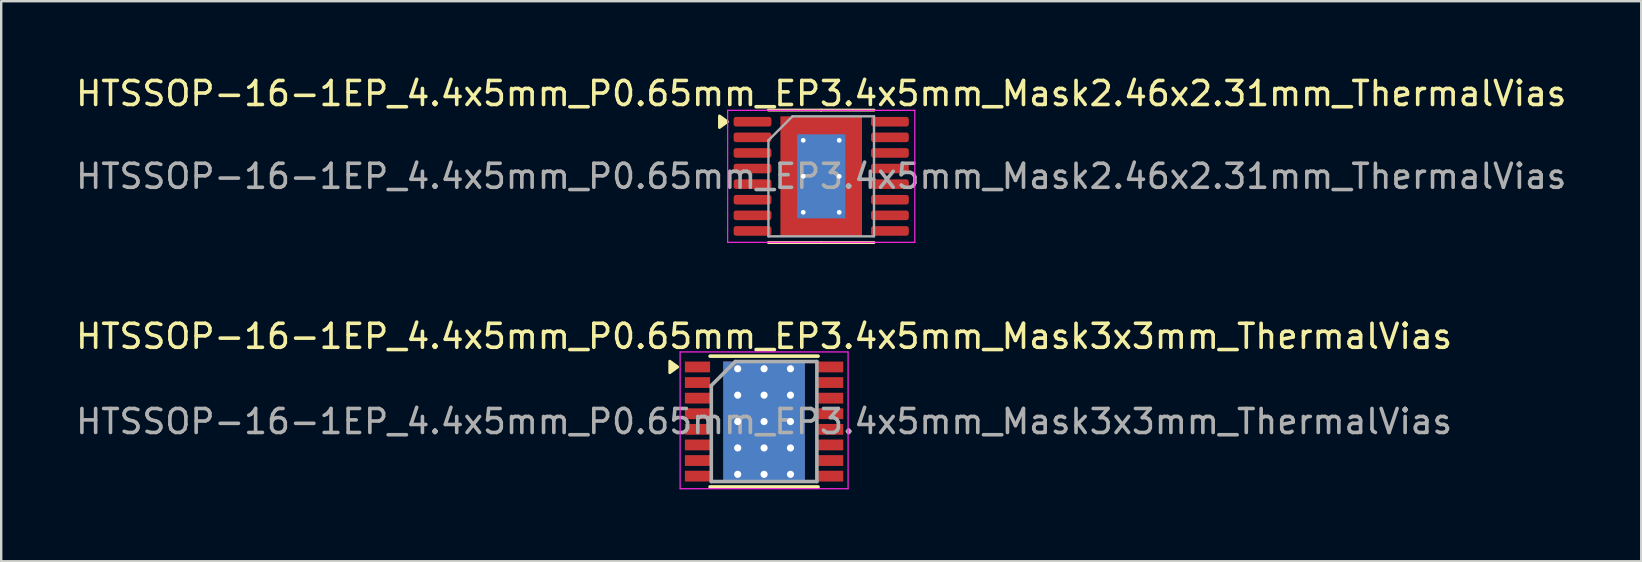
<source format=kicad_pcb>
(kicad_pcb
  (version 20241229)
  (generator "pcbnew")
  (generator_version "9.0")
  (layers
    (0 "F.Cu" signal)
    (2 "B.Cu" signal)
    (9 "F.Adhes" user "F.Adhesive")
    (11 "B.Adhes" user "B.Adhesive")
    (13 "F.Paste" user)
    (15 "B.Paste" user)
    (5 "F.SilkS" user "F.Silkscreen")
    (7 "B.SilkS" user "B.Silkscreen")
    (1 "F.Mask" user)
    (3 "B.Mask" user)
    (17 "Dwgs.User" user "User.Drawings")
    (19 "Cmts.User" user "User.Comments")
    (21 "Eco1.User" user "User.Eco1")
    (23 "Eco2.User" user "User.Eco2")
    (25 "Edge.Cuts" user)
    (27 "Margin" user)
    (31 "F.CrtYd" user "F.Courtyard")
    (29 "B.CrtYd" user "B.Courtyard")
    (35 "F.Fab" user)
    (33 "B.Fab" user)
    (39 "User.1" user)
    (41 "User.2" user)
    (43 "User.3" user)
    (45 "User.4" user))
  (footprint "HTSSOP-16-1EP_4.4x5mm_P0.65mm_EP3.4x5mm_Mask2.46x2.31mm_ThermalVias"
    (layer "F.Cu")
    (at 31.173 4.298)
    (property "Reference" "HTSSOP-16-1EP_4.4x5mm_P0.65mm_EP3.4x5mm_Mask2.46x2.31mm_ThermalVias" (at 0 -3.45 0) (layer "F.SilkS") (effects (font (size 1 1) (thickness 0.15))))
    (attr smd)
    (fp_line (start 0 -2.76) (end -2.2 -2.76) (stroke (width 0.12) (type solid)) (layer "F.SilkS"))
    (fp_line (start 0 -2.76) (end 2.2 -2.76) (stroke (width 0.12) (type solid)) (layer "F.SilkS"))
    (fp_line (start 0 2.76) (end -2.2 2.76) (stroke (width 0.12) (type solid)) (layer "F.SilkS"))
    (fp_line (start 0 2.76) (end 2.2 2.76) (stroke (width 0.12) (type solid)) (layer "F.SilkS"))
    (fp_poly (pts (xy -3.91 -2.275) (xy -4.24 -2.515) (xy -4.24 -2.035) (xy -3.91 -2.275)) (stroke (width 0.12) (type solid)) (fill yes) (layer "F.SilkS"))
    (fp_line (start -3.9 -2.75) (end -3.9 2.75) (stroke (width 0.05) (type solid)) (layer "F.CrtYd"))
    (fp_line (start -3.9 2.75) (end 3.9 2.75) (stroke (width 0.05) (type solid)) (layer "F.CrtYd"))
    (fp_line (start 3.9 -2.75) (end -3.9 -2.75) (stroke (width 0.05) (type solid)) (layer "F.CrtYd"))
    (fp_line (start 3.9 2.75) (end 3.9 -2.75) (stroke (width 0.05) (type solid)) (layer "F.CrtYd"))
    (fp_line (start -2.2 -1.5) (end -1.2 -2.5) (stroke (width 0.1) (type solid)) (layer "F.Fab"))
    (fp_line (start -2.2 2.5) (end -2.2 -1.5) (stroke (width 0.1) (type solid)) (layer "F.Fab"))
    (fp_line (start -1.2 -2.5) (end 2.2 -2.5) (stroke (width 0.1) (type solid)) (layer "F.Fab"))
    (fp_line (start 2.2 -2.5) (end 2.2 2.5) (stroke (width 0.1) (type solid)) (layer "F.Fab"))
    (fp_line (start 2.2 2.5) (end -2.2 2.5) (stroke (width 0.1) (type solid)) (layer "F.Fab"))
    (fp_text user "${REFERENCE}" (at 0 0 0) (layer "F.Fab") (effects (font (size 1 1) (thickness 0.15))))
    (pad "" smd roundrect (at 0 -0.58) (size 1.98 0.93) (layers "F.Paste") (roundrect_rratio 0.25))
    (pad "" smd rect (at 0 0) (size 2.46 2.31) (layers "F.Mask"))
    (pad "" smd roundrect (at 0 0.58) (size 1.98 0.93) (layers "F.Paste") (roundrect_rratio 0.25))
    (pad "1" smd roundrect (at -2.862 -2.275) (size 1.575 0.4) (layers "F.Cu" "F.Mask" "F.Paste") (roundrect_rratio 0.25))
    (pad "2" smd roundrect (at -2.862 -1.625) (size 1.575 0.4) (layers "F.Cu" "F.Mask" "F.Paste") (roundrect_rratio 0.25))
    (pad "3" smd roundrect (at -2.862 -0.975) (size 1.575 0.4) (layers "F.Cu" "F.Mask" "F.Paste") (roundrect_rratio 0.25))
    (pad "4" smd roundrect (at -2.862 -0.325) (size 1.575 0.4) (layers "F.Cu" "F.Mask" "F.Paste") (roundrect_rratio 0.25))
    (pad "5" smd roundrect (at -2.862 0.325) (size 1.575 0.4) (layers "F.Cu" "F.Mask" "F.Paste") (roundrect_rratio 0.25))
    (pad "6" smd roundrect (at -2.862 0.975) (size 1.575 0.4) (layers "F.Cu" "F.Mask" "F.Paste") (roundrect_rratio 0.25))
    (pad "7" smd roundrect (at -2.862 1.625) (size 1.575 0.4) (layers "F.Cu" "F.Mask" "F.Paste") (roundrect_rratio 0.25))
    (pad "8" smd roundrect (at -2.862 2.275) (size 1.575 0.4) (layers "F.Cu" "F.Mask" "F.Paste") (roundrect_rratio 0.25))
    (pad "9" smd roundrect (at 2.862 2.275) (size 1.575 0.4) (layers "F.Cu" "F.Mask" "F.Paste") (roundrect_rratio 0.25))
    (pad "10" smd roundrect (at 2.862 1.625) (size 1.575 0.4) (layers "F.Cu" "F.Mask" "F.Paste") (roundrect_rratio 0.25))
    (pad "11" smd roundrect (at 2.862 0.975) (size 1.575 0.4) (layers "F.Cu" "F.Mask" "F.Paste") (roundrect_rratio 0.25))
    (pad "12" smd roundrect (at 2.862 0.325) (size 1.575 0.4) (layers "F.Cu" "F.Mask" "F.Paste") (roundrect_rratio 0.25))
    (pad "13" smd roundrect (at 2.862 -0.325) (size 1.575 0.4) (layers "F.Cu" "F.Mask" "F.Paste") (roundrect_rratio 0.25))
    (pad "14" smd roundrect (at 2.862 -0.975) (size 1.575 0.4) (layers "F.Cu" "F.Mask" "F.Paste") (roundrect_rratio 0.25))
    (pad "15" smd roundrect (at 2.862 -1.625) (size 1.575 0.4) (layers "F.Cu" "F.Mask" "F.Paste") (roundrect_rratio 0.25))
    (pad "16" smd roundrect (at 2.862 -2.275) (size 1.575 0.4) (layers "F.Cu" "F.Mask" "F.Paste") (roundrect_rratio 0.25))
    (pad "17" thru_hole circle (at -0.75 -1.5) (size 0.5 0.5) (drill 0.2) (property pad_prop_heatsink) (layers "*.Cu"))
    (pad "17" thru_hole circle (at -0.75 0) (size 0.5 0.5) (drill 0.2) (property pad_prop_heatsink) (layers "*.Cu"))
    (pad "17" thru_hole circle (at -0.75 1.5) (size 0.5 0.5) (drill 0.2) (property pad_prop_heatsink) (layers "*.Cu"))
    (pad "17" smd rect (at 0 0) (size 2 3.5) (property pad_prop_heatsink) (layers "B.Cu"))
    (pad "17" smd rect (at 0 0) (size 3.4 5) (property pad_prop_heatsink) (layers "F.Cu"))
    (pad "17" thru_hole circle (at 0.75 -1.5) (size 0.5 0.5) (drill 0.2) (property pad_prop_heatsink) (layers "*.Cu"))
    (pad "17" thru_hole circle (at 0.75 0) (size 0.5 0.5) (drill 0.2) (property pad_prop_heatsink) (layers "*.Cu"))
    (pad "17" thru_hole circle (at 0.75 1.5) (size 0.5 0.5) (drill 0.2) (property pad_prop_heatsink) (layers "*.Cu")))
  (footprint "HTSSOP-16-1EP_4.4x5mm_P0.65mm_EP3.4x5mm_Mask3x3mm_ThermalVias"
    (layer "F.Cu")
    (at 28.792 14.517)
    (property "Reference" "HTSSOP-16-1EP_4.4x5mm_P0.65mm_EP3.4x5mm_Mask3x3mm_ThermalVias" (at 0 -3.55 0) (layer "F.SilkS") (effects (font (size 1 1) (thickness 0.15))))
    (attr smd)
    (fp_line (start -2.25 -2.725) (end 2.25 -2.725) (stroke (width 0.15) (type solid)) (layer "F.SilkS"))
    (fp_line (start -2.25 2.725) (end 2.25 2.725) (stroke (width 0.15) (type solid)) (layer "F.SilkS"))
    (fp_poly (pts (xy -3.6 -2.275) (xy -3.93 -2.515) (xy -3.93 -2.035) (xy -3.6 -2.275)) (stroke (width 0.12) (type solid)) (fill yes) (layer "F.SilkS"))
    (fp_line (start -3.5 -2.9) (end -3.5 2.8) (stroke (width 0.05) (type solid)) (layer "F.CrtYd"))
    (fp_line (start -3.5 -2.9) (end 3.5 -2.9) (stroke (width 0.05) (type solid)) (layer "F.CrtYd"))
    (fp_line (start -3.5 2.8) (end 3.5 2.8) (stroke (width 0.05) (type solid)) (layer "F.CrtYd"))
    (fp_line (start 3.5 -2.9) (end 3.5 2.8) (stroke (width 0.05) (type solid)) (layer "F.CrtYd"))
    (fp_line (start -2.2 -1.5) (end -1.2 -2.5) (stroke (width 0.15) (type solid)) (layer "F.Fab"))
    (fp_line (start -2.2 2.5) (end -2.2 -1.5) (stroke (width 0.15) (type solid)) (layer "F.Fab"))
    (fp_line (start -1.2 -2.5) (end 2.2 -2.5) (stroke (width 0.15) (type solid)) (layer "F.Fab"))
    (fp_line (start 2.2 -2.5) (end 2.2 2.5) (stroke (width 0.15) (type solid)) (layer "F.Fab"))
    (fp_line (start 2.2 2.5) (end -2.2 2.5) (stroke (width 0.15) (type solid)) (layer "F.Fab"))
    (fp_text user "${REFERENCE}" (at 0 0 0) (layer "F.Fab") (effects (font (size 1 1) (thickness 0.15))))
    (pad "" smd rect (at -1.325 -0.55 90) (size 0.8 0.25) (layers "F.Paste"))
    (pad "" smd rect (at -1.325 0.55 90) (size 0.8 0.25) (layers "F.Paste"))
    (pad "" smd rect (at -0.55 -1.325) (size 0.8 0.25) (layers "F.Paste"))
    (pad "" smd rect (at -0.55 -0.55) (size 0.85 0.8) (layers "F.Paste"))
    (pad "" smd rect (at -0.55 0.55) (size 0.85 0.85) (layers "F.Paste"))
    (pad "" smd rect (at -0.55 1.325) (size 0.8 0.25) (layers "F.Paste"))
    (pad "" smd rect (at 0 0) (size 3 3) (layers "F.Mask"))
    (pad "" smd rect (at 0.55 -1.325) (size 0.8 0.25) (layers "F.Paste"))
    (pad "" smd rect (at 0.55 -0.55) (size 0.85 0.85) (layers "F.Paste"))
    (pad "" smd rect (at 0.55 0.55) (size 0.85 0.85) (layers "F.Paste"))
    (pad "" smd rect (at 0.55 1.325) (size 0.8 0.25) (layers "F.Paste"))
    (pad "" smd rect (at 1.325 -0.55 90) (size 0.8 0.25) (layers "F.Paste"))
    (pad "" smd rect (at 1.325 0.55 90) (size 0.8 0.25) (layers "F.Paste"))
    (pad "1" smd rect (at -2.775 -2.275) (size 1.05 0.45) (layers "F.Cu" "F.Mask" "F.Paste"))
    (pad "2" smd rect (at -2.775 -1.625) (size 1.05 0.45) (layers "F.Cu" "F.Mask" "F.Paste"))
    (pad "3" smd rect (at -2.775 -0.975) (size 1.05 0.45) (layers "F.Cu" "F.Mask" "F.Paste"))
    (pad "4" smd rect (at -2.775 -0.325) (size 1.05 0.45) (layers "F.Cu" "F.Mask" "F.Paste"))
    (pad "5" smd rect (at -2.775 0.325) (size 1.05 0.45) (layers "F.Cu" "F.Mask" "F.Paste"))
    (pad "6" smd rect (at -2.775 0.975) (size 1.05 0.45) (layers "F.Cu" "F.Mask" "F.Paste"))
    (pad "7" smd rect (at -2.775 1.625) (size 1.05 0.45) (layers "F.Cu" "F.Mask" "F.Paste"))
    (pad "8" smd rect (at -2.775 2.275) (size 1.05 0.45) (layers "F.Cu" "F.Mask" "F.Paste"))
    (pad "9" smd rect (at 2.775 2.275) (size 1.05 0.45) (layers "F.Cu" "F.Mask" "F.Paste"))
    (pad "10" smd rect (at 2.775 1.625) (size 1.05 0.45) (layers "F.Cu" "F.Mask" "F.Paste"))
    (pad "11" smd rect (at 2.775 0.975) (size 1.05 0.45) (layers "F.Cu" "F.Mask" "F.Paste"))
    (pad "12" smd rect (at 2.775 0.325) (size 1.05 0.45) (layers "F.Cu" "F.Mask" "F.Paste"))
    (pad "13" smd rect (at 2.775 -0.325) (size 1.05 0.45) (layers "F.Cu" "F.Mask" "F.Paste"))
    (pad "14" smd rect (at 2.775 -0.975) (size 1.05 0.45) (layers "F.Cu" "F.Mask" "F.Paste"))
    (pad "15" smd rect (at 2.775 -1.625) (size 1.05 0.45) (layers "F.Cu" "F.Mask" "F.Paste"))
    (pad "16" smd rect (at 2.775 -2.275) (size 1.05 0.45) (layers "F.Cu" "F.Mask" "F.Paste"))
    (pad "17" thru_hole circle (at -1.1 -2.2) (size 0.6 0.6) (drill 0.3) (layers "*.Cu"))
    (pad "17" thru_hole circle (at -1.1 -1.1) (size 0.6 0.6) (drill 0.3) (layers "*.Cu"))
    (pad "17" thru_hole circle (at -1.1 0) (size 0.6 0.6) (drill 0.3) (layers "*.Cu"))
    (pad "17" thru_hole circle (at -1.1 1.1) (size 0.6 0.6) (drill 0.3) (layers "*.Cu"))
    (pad "17" thru_hole circle (at -1.1 2.2) (size 0.6 0.6) (drill 0.3) (layers "*.Cu"))
    (pad "17" thru_hole circle (at 0 -2.2) (size 0.6 0.6) (drill 0.3) (layers "*.Cu"))
    (pad "17" thru_hole circle (at 0 -1.1) (size 0.6 0.6) (drill 0.3) (layers "*.Cu"))
    (pad "17" thru_hole circle (at 0 0) (size 0.6 0.6) (drill 0.3) (layers "*.Cu"))
    (pad "17" smd rect (at 0 0) (size 3.4 5) (layers "F.Cu"))
    (pad "17" smd rect (at 0 0) (size 3.4 5) (layers "B.Cu"))
    (pad "17" thru_hole circle (at 0 1.1) (size 0.6 0.6) (drill 0.3) (layers "*.Cu"))
    (pad "17" thru_hole circle (at 0 2.2) (size 0.6 0.6) (drill 0.3) (layers "*.Cu"))
    (pad "17" thru_hole circle (at 1.1 -2.2) (size 0.6 0.6) (drill 0.3) (layers "*.Cu"))
    (pad "17" thru_hole circle (at 1.1 -1.1) (size 0.6 0.6) (drill 0.3) (layers "*.Cu"))
    (pad "17" thru_hole circle (at 1.1 0) (size 0.6 0.6) (drill 0.3) (layers "*.Cu"))
    (pad "17" thru_hole circle (at 1.1 1.1) (size 0.6 0.6) (drill 0.3) (layers "*.Cu"))
    (pad "17" thru_hole circle (at 1.1 2.2) (size 0.6 0.6) (drill 0.3) (layers "*.Cu")))
  (gr_rect
    (start -3 -3)
    (end 65.345 20.341)
    (stroke (width 0.1) (type default))
    (fill no)
    (layer "Edge.Cuts")))
</source>
